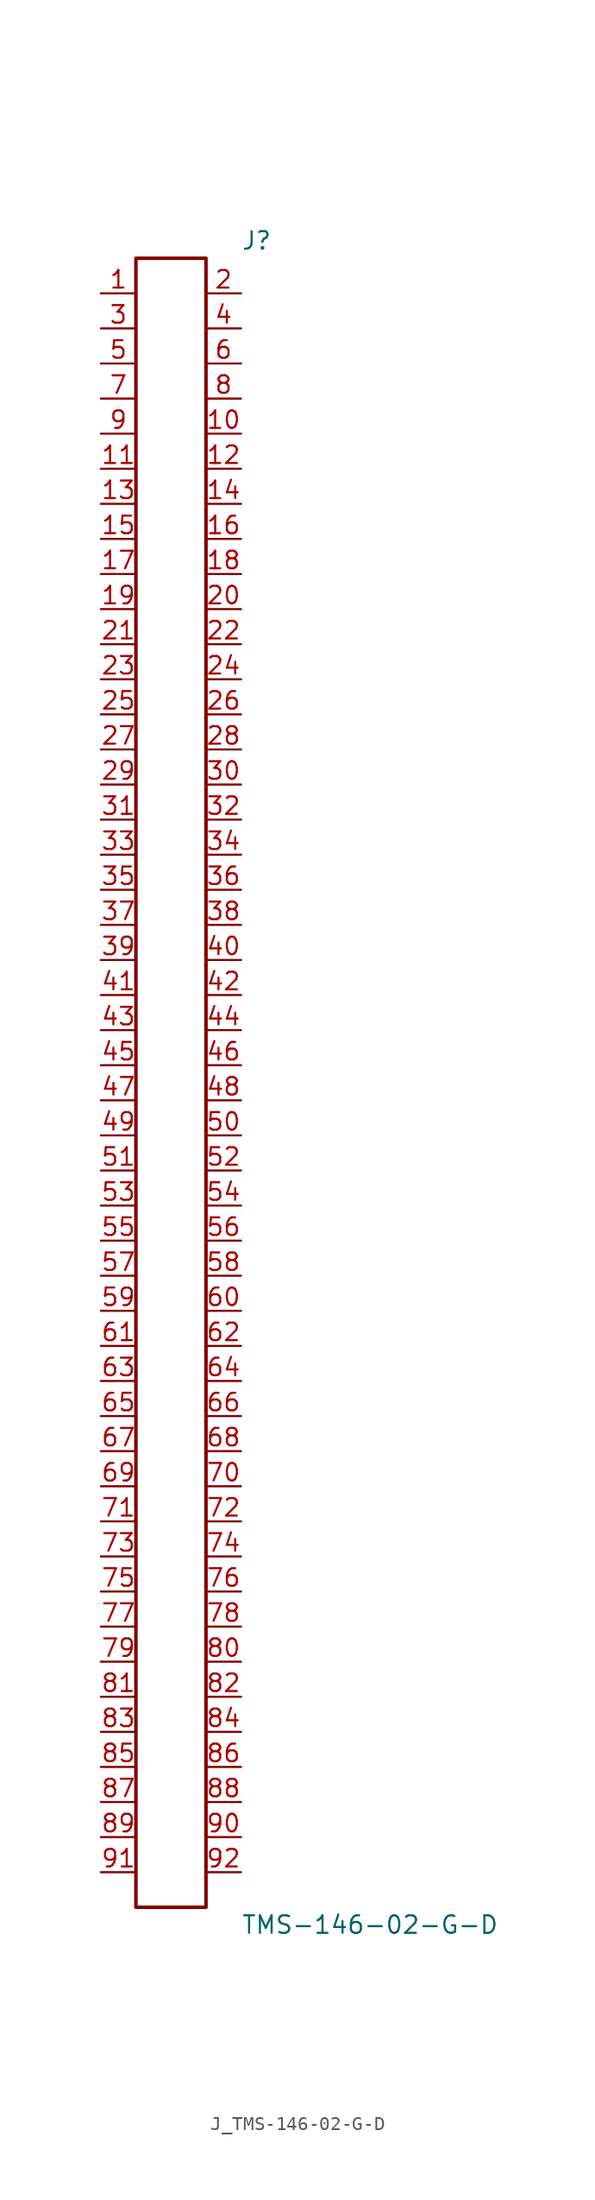
<source format=kicad_sym>
(kicad_symbol_lib
  (version 20231120)
  (generator kicad_symbol_editor)
  (generator_version 8.0)
  (symbol "J_TMS-146-02-G-D"
    (pin_names
      (offset 0.254))
    (property "Reference" "J"
      (at 5.08 60.96 0)
      (effects (font (size 1.27 1.27)) (justify left)))
    (property "Value" "TMS-146-02-G-D"
      (at 5.08 -60.96 0)
      (effects (font (size 1.27 1.27)) (justify left)))
    (symbol "J_TMS-146-02-G-D_0_0"
      (pin unspecified line (at -5.08 57.15 0) (length 2.54) (name "" (effects (font (size 1.27 1.27)))) (number "1" (effects (font (size 1.27 1.27)))))
      (pin unspecified line (at 5.08 57.15 180) (length 2.54) (name "" (effects (font (size 1.27 1.27)))) (number "2" (effects (font (size 1.27 1.27)))))
      (pin unspecified line (at -5.08 54.61 0) (length 2.54) (name "" (effects (font (size 1.27 1.27)))) (number "3" (effects (font (size 1.27 1.27)))))
      (pin unspecified line (at 5.08 54.61 180) (length 2.54) (name "" (effects (font (size 1.27 1.27)))) (number "4" (effects (font (size 1.27 1.27)))))
      (pin unspecified line (at -5.08 52.07 0) (length 2.54) (name "" (effects (font (size 1.27 1.27)))) (number "5" (effects (font (size 1.27 1.27)))))
      (pin unspecified line (at 5.08 52.07 180) (length 2.54) (name "" (effects (font (size 1.27 1.27)))) (number "6" (effects (font (size 1.27 1.27)))))
      (pin unspecified line (at -5.08 49.53 0) (length 2.54) (name "" (effects (font (size 1.27 1.27)))) (number "7" (effects (font (size 1.27 1.27)))))
      (pin unspecified line (at 5.08 49.53 180) (length 2.54) (name "" (effects (font (size 1.27 1.27)))) (number "8" (effects (font (size 1.27 1.27)))))
      (pin unspecified line (at -5.08 46.99 0) (length 2.54) (name "" (effects (font (size 1.27 1.27)))) (number "9" (effects (font (size 1.27 1.27)))))
      (pin unspecified line (at 5.08 46.99 180) (length 2.54) (name "" (effects (font (size 1.27 1.27)))) (number "10" (effects (font (size 1.27 1.27)))))
      (pin unspecified line (at -5.08 44.45 0) (length 2.54) (name "" (effects (font (size 1.27 1.27)))) (number "11" (effects (font (size 1.27 1.27)))))
      (pin unspecified line (at 5.08 44.45 180) (length 2.54) (name "" (effects (font (size 1.27 1.27)))) (number "12" (effects (font (size 1.27 1.27)))))
      (pin unspecified line (at -5.08 41.91 0) (length 2.54) (name "" (effects (font (size 1.27 1.27)))) (number "13" (effects (font (size 1.27 1.27)))))
      (pin unspecified line (at 5.08 41.91 180) (length 2.54) (name "" (effects (font (size 1.27 1.27)))) (number "14" (effects (font (size 1.27 1.27)))))
      (pin unspecified line (at -5.08 39.37 0) (length 2.54) (name "" (effects (font (size 1.27 1.27)))) (number "15" (effects (font (size 1.27 1.27)))))
      (pin unspecified line (at 5.08 39.37 180) (length 2.54) (name "" (effects (font (size 1.27 1.27)))) (number "16" (effects (font (size 1.27 1.27)))))
      (pin unspecified line (at -5.08 36.83 0) (length 2.54) (name "" (effects (font (size 1.27 1.27)))) (number "17" (effects (font (size 1.27 1.27)))))
      (pin unspecified line (at 5.08 36.83 180) (length 2.54) (name "" (effects (font (size 1.27 1.27)))) (number "18" (effects (font (size 1.27 1.27)))))
      (pin unspecified line (at -5.08 34.29 0) (length 2.54) (name "" (effects (font (size 1.27 1.27)))) (number "19" (effects (font (size 1.27 1.27)))))
      (pin unspecified line (at 5.08 34.29 180) (length 2.54) (name "" (effects (font (size 1.27 1.27)))) (number "20" (effects (font (size 1.27 1.27)))))
      (pin unspecified line (at -5.08 31.75 0) (length 2.54) (name "" (effects (font (size 1.27 1.27)))) (number "21" (effects (font (size 1.27 1.27)))))
      (pin unspecified line (at 5.08 31.75 180) (length 2.54) (name "" (effects (font (size 1.27 1.27)))) (number "22" (effects (font (size 1.27 1.27)))))
      (pin unspecified line (at -5.08 29.21 0) (length 2.54) (name "" (effects (font (size 1.27 1.27)))) (number "23" (effects (font (size 1.27 1.27)))))
      (pin unspecified line (at 5.08 29.21 180) (length 2.54) (name "" (effects (font (size 1.27 1.27)))) (number "24" (effects (font (size 1.27 1.27)))))
      (pin unspecified line (at -5.08 26.67 0) (length 2.54) (name "" (effects (font (size 1.27 1.27)))) (number "25" (effects (font (size 1.27 1.27)))))
      (pin unspecified line (at 5.08 26.67 180) (length 2.54) (name "" (effects (font (size 1.27 1.27)))) (number "26" (effects (font (size 1.27 1.27)))))
      (pin unspecified line (at -5.08 24.13 0) (length 2.54) (name "" (effects (font (size 1.27 1.27)))) (number "27" (effects (font (size 1.27 1.27)))))
      (pin unspecified line (at 5.08 24.13 180) (length 2.54) (name "" (effects (font (size 1.27 1.27)))) (number "28" (effects (font (size 1.27 1.27)))))
      (pin unspecified line (at -5.08 21.59 0) (length 2.54) (name "" (effects (font (size 1.27 1.27)))) (number "29" (effects (font (size 1.27 1.27)))))
      (pin unspecified line (at 5.08 21.59 180) (length 2.54) (name "" (effects (font (size 1.27 1.27)))) (number "30" (effects (font (size 1.27 1.27)))))
      (pin unspecified line (at -5.08 19.05 0) (length 2.54) (name "" (effects (font (size 1.27 1.27)))) (number "31" (effects (font (size 1.27 1.27)))))
      (pin unspecified line (at 5.08 19.05 180) (length 2.54) (name "" (effects (font (size 1.27 1.27)))) (number "32" (effects (font (size 1.27 1.27)))))
      (pin unspecified line (at -5.08 16.51 0) (length 2.54) (name "" (effects (font (size 1.27 1.27)))) (number "33" (effects (font (size 1.27 1.27)))))
      (pin unspecified line (at 5.08 16.51 180) (length 2.54) (name "" (effects (font (size 1.27 1.27)))) (number "34" (effects (font (size 1.27 1.27)))))
      (pin unspecified line (at -5.08 13.97 0) (length 2.54) (name "" (effects (font (size 1.27 1.27)))) (number "35" (effects (font (size 1.27 1.27)))))
      (pin unspecified line (at 5.08 13.97 180) (length 2.54) (name "" (effects (font (size 1.27 1.27)))) (number "36" (effects (font (size 1.27 1.27)))))
      (pin unspecified line (at -5.08 11.43 0) (length 2.54) (name "" (effects (font (size 1.27 1.27)))) (number "37" (effects (font (size 1.27 1.27)))))
      (pin unspecified line (at 5.08 11.43 180) (length 2.54) (name "" (effects (font (size 1.27 1.27)))) (number "38" (effects (font (size 1.27 1.27)))))
      (pin unspecified line (at -5.08 8.89 0) (length 2.54) (name "" (effects (font (size 1.27 1.27)))) (number "39" (effects (font (size 1.27 1.27)))))
      (pin unspecified line (at 5.08 8.89 180) (length 2.54) (name "" (effects (font (size 1.27 1.27)))) (number "40" (effects (font (size 1.27 1.27)))))
      (pin unspecified line (at -5.08 6.35 0) (length 2.54) (name "" (effects (font (size 1.27 1.27)))) (number "41" (effects (font (size 1.27 1.27)))))
      (pin unspecified line (at 5.08 6.35 180) (length 2.54) (name "" (effects (font (size 1.27 1.27)))) (number "42" (effects (font (size 1.27 1.27)))))
      (pin unspecified line (at -5.08 3.81 0) (length 2.54) (name "" (effects (font (size 1.27 1.27)))) (number "43" (effects (font (size 1.27 1.27)))))
      (pin unspecified line (at 5.08 3.81 180) (length 2.54) (name "" (effects (font (size 1.27 1.27)))) (number "44" (effects (font (size 1.27 1.27)))))
      (pin unspecified line (at -5.08 1.27 0) (length 2.54) (name "" (effects (font (size 1.27 1.27)))) (number "45" (effects (font (size 1.27 1.27)))))
      (pin unspecified line (at 5.08 1.27 180) (length 2.54) (name "" (effects (font (size 1.27 1.27)))) (number "46" (effects (font (size 1.27 1.27)))))
      (pin unspecified line (at -5.08 -1.27 0) (length 2.54) (name "" (effects (font (size 1.27 1.27)))) (number "47" (effects (font (size 1.27 1.27)))))
      (pin unspecified line (at 5.08 -1.27 180) (length 2.54) (name "" (effects (font (size 1.27 1.27)))) (number "48" (effects (font (size 1.27 1.27)))))
      (pin unspecified line (at -5.08 -3.81 0) (length 2.54) (name "" (effects (font (size 1.27 1.27)))) (number "49" (effects (font (size 1.27 1.27)))))
      (pin unspecified line (at 5.08 -3.81 180) (length 2.54) (name "" (effects (font (size 1.27 1.27)))) (number "50" (effects (font (size 1.27 1.27)))))
      (pin unspecified line (at -5.08 -6.35 0) (length 2.54) (name "" (effects (font (size 1.27 1.27)))) (number "51" (effects (font (size 1.27 1.27)))))
      (pin unspecified line (at 5.08 -6.35 180) (length 2.54) (name "" (effects (font (size 1.27 1.27)))) (number "52" (effects (font (size 1.27 1.27)))))
      (pin unspecified line (at -5.08 -8.89 0) (length 2.54) (name "" (effects (font (size 1.27 1.27)))) (number "53" (effects (font (size 1.27 1.27)))))
      (pin unspecified line (at 5.08 -8.89 180) (length 2.54) (name "" (effects (font (size 1.27 1.27)))) (number "54" (effects (font (size 1.27 1.27)))))
      (pin unspecified line (at -5.08 -11.43 0) (length 2.54) (name "" (effects (font (size 1.27 1.27)))) (number "55" (effects (font (size 1.27 1.27)))))
      (pin unspecified line (at 5.08 -11.43 180) (length 2.54) (name "" (effects (font (size 1.27 1.27)))) (number "56" (effects (font (size 1.27 1.27)))))
      (pin unspecified line (at -5.08 -13.97 0) (length 2.54) (name "" (effects (font (size 1.27 1.27)))) (number "57" (effects (font (size 1.27 1.27)))))
      (pin unspecified line (at 5.08 -13.97 180) (length 2.54) (name "" (effects (font (size 1.27 1.27)))) (number "58" (effects (font (size 1.27 1.27)))))
      (pin unspecified line (at -5.08 -16.51 0) (length 2.54) (name "" (effects (font (size 1.27 1.27)))) (number "59" (effects (font (size 1.27 1.27)))))
      (pin unspecified line (at 5.08 -16.51 180) (length 2.54) (name "" (effects (font (size 1.27 1.27)))) (number "60" (effects (font (size 1.27 1.27)))))
      (pin unspecified line (at -5.08 -19.05 0) (length 2.54) (name "" (effects (font (size 1.27 1.27)))) (number "61" (effects (font (size 1.27 1.27)))))
      (pin unspecified line (at 5.08 -19.05 180) (length 2.54) (name "" (effects (font (size 1.27 1.27)))) (number "62" (effects (font (size 1.27 1.27)))))
      (pin unspecified line (at -5.08 -21.59 0) (length 2.54) (name "" (effects (font (size 1.27 1.27)))) (number "63" (effects (font (size 1.27 1.27)))))
      (pin unspecified line (at 5.08 -21.59 180) (length 2.54) (name "" (effects (font (size 1.27 1.27)))) (number "64" (effects (font (size 1.27 1.27)))))
      (pin unspecified line (at -5.08 -24.13 0) (length 2.54) (name "" (effects (font (size 1.27 1.27)))) (number "65" (effects (font (size 1.27 1.27)))))
      (pin unspecified line (at 5.08 -24.13 180) (length 2.54) (name "" (effects (font (size 1.27 1.27)))) (number "66" (effects (font (size 1.27 1.27)))))
      (pin unspecified line (at -5.08 -26.67 0) (length 2.54) (name "" (effects (font (size 1.27 1.27)))) (number "67" (effects (font (size 1.27 1.27)))))
      (pin unspecified line (at 5.08 -26.67 180) (length 2.54) (name "" (effects (font (size 1.27 1.27)))) (number "68" (effects (font (size 1.27 1.27)))))
      (pin unspecified line (at -5.08 -29.21 0) (length 2.54) (name "" (effects (font (size 1.27 1.27)))) (number "69" (effects (font (size 1.27 1.27)))))
      (pin unspecified line (at 5.08 -29.21 180) (length 2.54) (name "" (effects (font (size 1.27 1.27)))) (number "70" (effects (font (size 1.27 1.27)))))
      (pin unspecified line (at -5.08 -31.75 0) (length 2.54) (name "" (effects (font (size 1.27 1.27)))) (number "71" (effects (font (size 1.27 1.27)))))
      (pin unspecified line (at 5.08 -31.75 180) (length 2.54) (name "" (effects (font (size 1.27 1.27)))) (number "72" (effects (font (size 1.27 1.27)))))
      (pin unspecified line (at -5.08 -34.29 0) (length 2.54) (name "" (effects (font (size 1.27 1.27)))) (number "73" (effects (font (size 1.27 1.27)))))
      (pin unspecified line (at 5.08 -34.29 180) (length 2.54) (name "" (effects (font (size 1.27 1.27)))) (number "74" (effects (font (size 1.27 1.27)))))
      (pin unspecified line (at -5.08 -36.83 0) (length 2.54) (name "" (effects (font (size 1.27 1.27)))) (number "75" (effects (font (size 1.27 1.27)))))
      (pin unspecified line (at 5.08 -36.83 180) (length 2.54) (name "" (effects (font (size 1.27 1.27)))) (number "76" (effects (font (size 1.27 1.27)))))
      (pin unspecified line (at -5.08 -39.37 0) (length 2.54) (name "" (effects (font (size 1.27 1.27)))) (number "77" (effects (font (size 1.27 1.27)))))
      (pin unspecified line (at 5.08 -39.37 180) (length 2.54) (name "" (effects (font (size 1.27 1.27)))) (number "78" (effects (font (size 1.27 1.27)))))
      (pin unspecified line (at -5.08 -41.91 0) (length 2.54) (name "" (effects (font (size 1.27 1.27)))) (number "79" (effects (font (size 1.27 1.27)))))
      (pin unspecified line (at 5.08 -41.91 180) (length 2.54) (name "" (effects (font (size 1.27 1.27)))) (number "80" (effects (font (size 1.27 1.27)))))
      (pin unspecified line (at -5.08 -44.45 0) (length 2.54) (name "" (effects (font (size 1.27 1.27)))) (number "81" (effects (font (size 1.27 1.27)))))
      (pin unspecified line (at 5.08 -44.45 180) (length 2.54) (name "" (effects (font (size 1.27 1.27)))) (number "82" (effects (font (size 1.27 1.27)))))
      (pin unspecified line (at -5.08 -46.99 0) (length 2.54) (name "" (effects (font (size 1.27 1.27)))) (number "83" (effects (font (size 1.27 1.27)))))
      (pin unspecified line (at 5.08 -46.99 180) (length 2.54) (name "" (effects (font (size 1.27 1.27)))) (number "84" (effects (font (size 1.27 1.27)))))
      (pin unspecified line (at -5.08 -49.53 0) (length 2.54) (name "" (effects (font (size 1.27 1.27)))) (number "85" (effects (font (size 1.27 1.27)))))
      (pin unspecified line (at 5.08 -49.53 180) (length 2.54) (name "" (effects (font (size 1.27 1.27)))) (number "86" (effects (font (size 1.27 1.27)))))
      (pin unspecified line (at -5.08 -52.07 0) (length 2.54) (name "" (effects (font (size 1.27 1.27)))) (number "87" (effects (font (size 1.27 1.27)))))
      (pin unspecified line (at 5.08 -52.07 180) (length 2.54) (name "" (effects (font (size 1.27 1.27)))) (number "88" (effects (font (size 1.27 1.27)))))
      (pin unspecified line (at -5.08 -54.61 0) (length 2.54) (name "" (effects (font (size 1.27 1.27)))) (number "89" (effects (font (size 1.27 1.27)))))
      (pin unspecified line (at 5.08 -54.61 180) (length 2.54) (name "" (effects (font (size 1.27 1.27)))) (number "90" (effects (font (size 1.27 1.27)))))
      (pin unspecified line (at -5.08 -57.15 0) (length 2.54) (name "" (effects (font (size 1.27 1.27)))) (number "91" (effects (font (size 1.27 1.27)))))
      (pin unspecified line (at 5.08 -57.15 180) (length 2.54) (name "" (effects (font (size 1.27 1.27)))) (number "92" (effects (font (size 1.27 1.27))))))
    (symbol "J_TMS-146-02-G-D_1_0"
      (rectangle (start -2.54 59.69) (end 2.54 -59.69) (stroke (width 0.254) (type solid)) (fill (type none))))))
</source>
